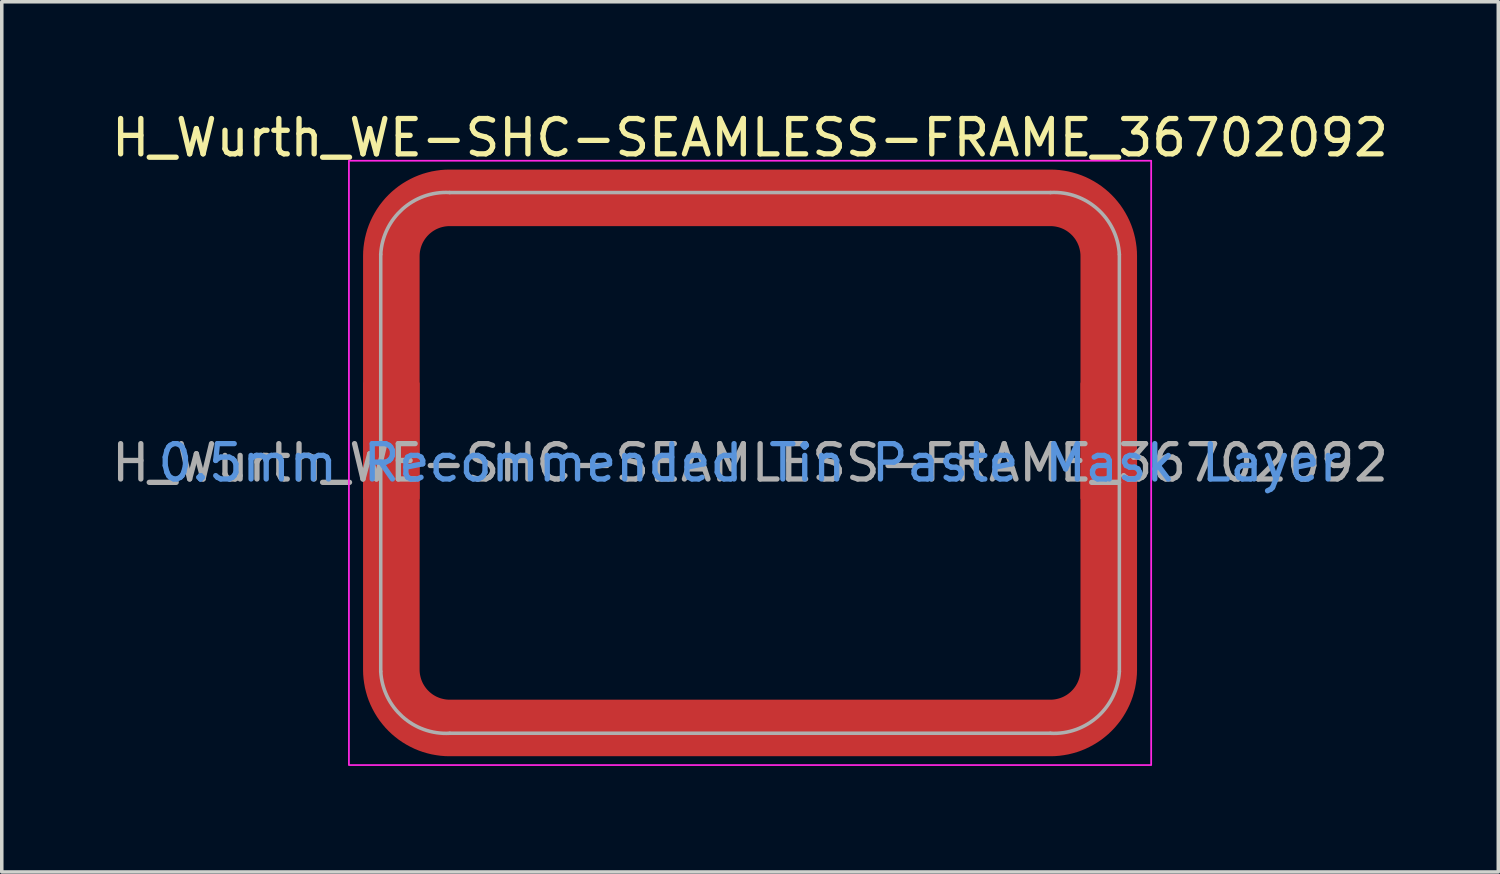
<source format=kicad_pcb>
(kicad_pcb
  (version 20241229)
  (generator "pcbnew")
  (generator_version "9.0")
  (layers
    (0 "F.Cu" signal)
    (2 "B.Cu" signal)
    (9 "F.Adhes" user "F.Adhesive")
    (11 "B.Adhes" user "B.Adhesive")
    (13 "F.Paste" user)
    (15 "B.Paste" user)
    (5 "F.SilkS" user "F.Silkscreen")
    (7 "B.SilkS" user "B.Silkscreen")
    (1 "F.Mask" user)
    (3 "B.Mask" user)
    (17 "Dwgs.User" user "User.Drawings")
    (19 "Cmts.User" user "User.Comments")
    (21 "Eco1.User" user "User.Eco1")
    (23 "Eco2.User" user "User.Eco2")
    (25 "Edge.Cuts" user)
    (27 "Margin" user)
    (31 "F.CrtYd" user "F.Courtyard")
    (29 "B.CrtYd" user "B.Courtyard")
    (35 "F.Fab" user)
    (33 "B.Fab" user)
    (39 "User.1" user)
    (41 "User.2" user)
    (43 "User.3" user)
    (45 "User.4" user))
  (footprint "H_Wurth_WE-SHC-SEAMLESS-FRAME_36702092"
    (layer "F.Cu")
    (at 18.173 10.048)
    (property "Reference" "H_Wurth_WE-SHC-SEAMLESS-FRAME_36702092" (at 0 -9.2 0) (unlocked yes) (layer "F.SilkS") (effects (font (size 1 1) (thickness 0.15))))
    (attr smd)
    (fp_poly (pts (xy -9.4 1) (xy -10.9 1) (xy -10.9 -5.85) (xy -10.897 -5.976) (xy -10.887 -6.101) (xy -10.87 -6.225) (xy -10.848 -6.349) (xy -10.818 -6.471) (xy -10.783 -6.592) (xy -10.741 -6.71) (xy -10.693 -6.826) (xy -10.638 -6.94) (xy -10.578 -7.05) (xy -10.513 -7.157) (xy -10.442 -7.261) (xy -10.365 -7.36) (xy -10.284 -7.456) (xy -10.197 -7.547) (xy -10.106 -7.634) (xy -10.01 -7.715) (xy -9.911 -7.792) (xy -9.807 -7.863) (xy -9.7 -7.928) (xy -9.59 -7.988) (xy -9.476 -8.043) (xy -9.36 -8.091) (xy -9.242 -8.133) (xy -9.121 -8.168) (xy -8.999 -8.198) (xy -8.875 -8.22) (xy -8.751 -8.237) (xy -8.626 -8.247) (xy -8.5 -8.25) (xy 8.5 -8.25) (xy 8.626 -8.247) (xy 8.751 -8.237) (xy 8.875 -8.22) (xy 8.999 -8.198) (xy 9.121 -8.168) (xy 9.242 -8.133) (xy 9.36 -8.091) (xy 9.476 -8.043) (xy 9.59 -7.988) (xy 9.7 -7.928) (xy 9.807 -7.863) (xy 9.911 -7.792) (xy 10.01 -7.715) (xy 10.106 -7.634) (xy 10.197 -7.547) (xy 10.284 -7.456) (xy 10.365 -7.36) (xy 10.442 -7.261) (xy 10.513 -7.157) (xy 10.578 -7.05) (xy 10.638 -6.94) (xy 10.693 -6.826) (xy 10.741 -6.71) (xy 10.783 -6.592) (xy 10.818 -6.471) (xy 10.848 -6.349) (xy 10.87 -6.225) (xy 10.887 -6.101) (xy 10.897 -5.976) (xy 10.9 -5.85) (xy 10.9 1) (xy 9.4 1) (xy 9.4 -5.85) (xy 9.399 -5.897) (xy 9.395 -5.944) (xy 9.389 -5.991) (xy 9.38 -6.037) (xy 9.369 -6.083) (xy 9.356 -6.128) (xy 9.34 -6.173) (xy 9.322 -6.216) (xy 9.302 -6.259) (xy 9.279 -6.3) (xy 9.255 -6.34) (xy 9.228 -6.379) (xy 9.199 -6.416) (xy 9.169 -6.452) (xy 9.136 -6.486) (xy 9.102 -6.519) (xy 9.066 -6.549) (xy 9.029 -6.578) (xy 8.99 -6.605) (xy 8.95 -6.629) (xy 8.909 -6.652) (xy 8.866 -6.672) (xy 8.823 -6.69) (xy 8.778 -6.706) (xy 8.733 -6.719) (xy 8.687 -6.73) (xy 8.641 -6.739) (xy 8.594 -6.745) (xy 8.547 -6.749) (xy 8.5 -6.75) (xy -8.5 -6.75) (xy -8.547 -6.749) (xy -8.594 -6.745) (xy -8.641 -6.739) (xy -8.687 -6.73) (xy -8.733 -6.719) (xy -8.778 -6.706) (xy -8.823 -6.69) (xy -8.866 -6.672) (xy -8.909 -6.652) (xy -8.95 -6.629) (xy -8.99 -6.605) (xy -9.029 -6.578) (xy -9.066 -6.549) (xy -9.102 -6.519) (xy -9.136 -6.486) (xy -9.169 -6.452) (xy -9.199 -6.416) (xy -9.228 -6.379) (xy -9.255 -6.34) (xy -9.279 -6.3) (xy -9.302 -6.259) (xy -9.322 -6.216) (xy -9.34 -6.173) (xy -9.356 -6.128) (xy -9.369 -6.083) (xy -9.38 -6.037) (xy -9.389 -5.991) (xy -9.395 -5.944) (xy -9.399 -5.897) (xy -9.4 -5.85) (xy -9.4 1)) (stroke (width 0.1) (type solid)) (fill yes) (layer "F.Cu"))
    (fp_poly (pts (xy -9.4 1) (xy -10.9 1) (xy -10.9 -5.85) (xy -10.897 -5.976) (xy -10.887 -6.101) (xy -10.87 -6.225) (xy -10.848 -6.349) (xy -10.818 -6.471) (xy -10.783 -6.592) (xy -10.741 -6.71) (xy -10.693 -6.826) (xy -10.638 -6.94) (xy -10.578 -7.05) (xy -10.513 -7.157) (xy -10.442 -7.261) (xy -10.365 -7.36) (xy -10.284 -7.456) (xy -10.197 -7.547) (xy -10.106 -7.634) (xy -10.01 -7.715) (xy -9.911 -7.792) (xy -9.807 -7.863) (xy -9.7 -7.928) (xy -9.59 -7.988) (xy -9.476 -8.043) (xy -9.36 -8.091) (xy -9.242 -8.133) (xy -9.121 -8.168) (xy -8.999 -8.198) (xy -8.875 -8.22) (xy -8.751 -8.237) (xy -8.626 -8.247) (xy -8.5 -8.25) (xy 8.5 -8.25) (xy 8.626 -8.247) (xy 8.751 -8.237) (xy 8.875 -8.22) (xy 8.999 -8.198) (xy 9.121 -8.168) (xy 9.242 -8.133) (xy 9.36 -8.091) (xy 9.476 -8.043) (xy 9.59 -7.988) (xy 9.7 -7.928) (xy 9.807 -7.863) (xy 9.911 -7.792) (xy 10.01 -7.715) (xy 10.106 -7.634) (xy 10.197 -7.547) (xy 10.284 -7.456) (xy 10.365 -7.36) (xy 10.442 -7.261) (xy 10.513 -7.157) (xy 10.578 -7.05) (xy 10.638 -6.94) (xy 10.693 -6.826) (xy 10.741 -6.71) (xy 10.783 -6.592) (xy 10.818 -6.471) (xy 10.848 -6.349) (xy 10.87 -6.225) (xy 10.887 -6.101) (xy 10.897 -5.976) (xy 10.9 -5.85) (xy 10.9 1) (xy 9.4 1) (xy 9.4 -5.85) (xy 9.399 -5.897) (xy 9.395 -5.944) (xy 9.389 -5.991) (xy 9.38 -6.037) (xy 9.369 -6.083) (xy 9.356 -6.128) (xy 9.34 -6.173) (xy 9.322 -6.216) (xy 9.302 -6.259) (xy 9.279 -6.3) (xy 9.255 -6.34) (xy 9.228 -6.379) (xy 9.199 -6.416) (xy 9.169 -6.452) (xy 9.136 -6.486) (xy 9.102 -6.519) (xy 9.066 -6.549) (xy 9.029 -6.578) (xy 8.99 -6.605) (xy 8.95 -6.629) (xy 8.909 -6.652) (xy 8.866 -6.672) (xy 8.823 -6.69) (xy 8.778 -6.706) (xy 8.733 -6.719) (xy 8.687 -6.73) (xy 8.641 -6.739) (xy 8.594 -6.745) (xy 8.547 -6.749) (xy 8.5 -6.75) (xy -8.5 -6.75) (xy -8.547 -6.749) (xy -8.594 -6.745) (xy -8.641 -6.739) (xy -8.687 -6.73) (xy -8.733 -6.719) (xy -8.778 -6.706) (xy -8.823 -6.69) (xy -8.866 -6.672) (xy -8.909 -6.652) (xy -8.95 -6.629) (xy -8.99 -6.605) (xy -9.029 -6.578) (xy -9.066 -6.549) (xy -9.102 -6.519) (xy -9.136 -6.486) (xy -9.169 -6.452) (xy -9.199 -6.416) (xy -9.228 -6.379) (xy -9.255 -6.34) (xy -9.279 -6.3) (xy -9.302 -6.259) (xy -9.322 -6.216) (xy -9.34 -6.173) (xy -9.356 -6.128) (xy -9.369 -6.083) (xy -9.38 -6.037) (xy -9.389 -5.991) (xy -9.395 -5.944) (xy -9.399 -5.897) (xy -9.4 -5.85) (xy -9.4 1)) (stroke (width 0.1) (type solid)) (fill yes) (layer "F.Mask"))
    (fp_poly (pts (xy -9.4 1) (xy -10.9 1) (xy -10.9 -5.85) (xy -10.897 -5.976) (xy -10.887 -6.101) (xy -10.87 -6.225) (xy -10.848 -6.349) (xy -10.818 -6.471) (xy -10.783 -6.592) (xy -10.741 -6.71) (xy -10.693 -6.826) (xy -10.638 -6.94) (xy -10.578 -7.05) (xy -10.513 -7.157) (xy -10.442 -7.261) (xy -10.365 -7.36) (xy -10.284 -7.456) (xy -10.197 -7.547) (xy -10.106 -7.634) (xy -10.01 -7.715) (xy -9.911 -7.792) (xy -9.807 -7.863) (xy -9.7 -7.928) (xy -9.59 -7.988) (xy -9.476 -8.043) (xy -9.36 -8.091) (xy -9.242 -8.133) (xy -9.121 -8.168) (xy -8.999 -8.198) (xy -8.875 -8.22) (xy -8.751 -8.237) (xy -8.626 -8.247) (xy -8.5 -8.25) (xy 8.5 -8.25) (xy 8.626 -8.247) (xy 8.751 -8.237) (xy 8.875 -8.22) (xy 8.999 -8.198) (xy 9.121 -8.168) (xy 9.242 -8.133) (xy 9.36 -8.091) (xy 9.476 -8.043) (xy 9.59 -7.988) (xy 9.7 -7.928) (xy 9.807 -7.863) (xy 9.911 -7.792) (xy 10.01 -7.715) (xy 10.106 -7.634) (xy 10.197 -7.547) (xy 10.284 -7.456) (xy 10.365 -7.36) (xy 10.442 -7.261) (xy 10.513 -7.157) (xy 10.578 -7.05) (xy 10.638 -6.94) (xy 10.693 -6.826) (xy 10.741 -6.71) (xy 10.783 -6.592) (xy 10.818 -6.471) (xy 10.848 -6.349) (xy 10.87 -6.225) (xy 10.887 -6.101) (xy 10.897 -5.976) (xy 10.9 -5.85) (xy 10.9 1) (xy 9.4 1) (xy 9.4 -5.85) (xy 9.399 -5.897) (xy 9.395 -5.944) (xy 9.389 -5.991) (xy 9.38 -6.037) (xy 9.369 -6.083) (xy 9.356 -6.128) (xy 9.34 -6.173) (xy 9.322 -6.216) (xy 9.302 -6.259) (xy 9.279 -6.3) (xy 9.255 -6.34) (xy 9.228 -6.379) (xy 9.199 -6.416) (xy 9.169 -6.452) (xy 9.136 -6.486) (xy 9.102 -6.519) (xy 9.066 -6.549) (xy 9.029 -6.578) (xy 8.99 -6.605) (xy 8.95 -6.629) (xy 8.909 -6.652) (xy 8.866 -6.672) (xy 8.823 -6.69) (xy 8.778 -6.706) (xy 8.733 -6.719) (xy 8.687 -6.73) (xy 8.641 -6.739) (xy 8.594 -6.745) (xy 8.547 -6.749) (xy 8.5 -6.75) (xy -8.5 -6.75) (xy -8.547 -6.749) (xy -8.594 -6.745) (xy -8.641 -6.739) (xy -8.687 -6.73) (xy -8.733 -6.719) (xy -8.778 -6.706) (xy -8.823 -6.69) (xy -8.866 -6.672) (xy -8.909 -6.652) (xy -8.95 -6.629) (xy -8.99 -6.605) (xy -9.029 -6.578) (xy -9.066 -6.549) (xy -9.102 -6.519) (xy -9.136 -6.486) (xy -9.169 -6.452) (xy -9.199 -6.416) (xy -9.228 -6.379) (xy -9.255 -6.34) (xy -9.279 -6.3) (xy -9.302 -6.259) (xy -9.322 -6.216) (xy -9.34 -6.173) (xy -9.356 -6.128) (xy -9.369 -6.083) (xy -9.38 -6.037) (xy -9.389 -5.991) (xy -9.395 -5.944) (xy -9.399 -5.897) (xy -9.4 -5.85) (xy -9.4 1)) (stroke (width 0.1) (type solid)) (fill yes) (layer "F.Paste"))
    (fp_rect (start -11.35 -8.55) (end 11.35 8.55) (stroke (width 0.05) (type solid)) (fill no) (layer "F.CrtYd"))
    (fp_line (start -10.45 5.9) (end -10.45 -5.9) (stroke (width 0.1) (type solid)) (layer "F.Fab"))
    (fp_line (start -8.5 -7.65) (end 8.5 -7.65) (stroke (width 0.1) (type solid)) (layer "F.Fab"))
    (fp_line (start -8.5 7.65) (end 8.5 7.65) (stroke (width 0.1) (type solid)) (layer "F.Fab"))
    (fp_line (start 10.45 5.9) (end 10.45 -5.9) (stroke (width 0.1) (type solid)) (layer "F.Fab"))
    (fp_arc (start -10.45 -5.9) (mid -9.837437 -7.178858) (end -8.5 -7.65) (stroke (width 0.1) (type solid)) (layer "F.Fab"))
    (fp_arc (start -8.5 7.65) (mid -9.837437 7.178859) (end -10.45 5.9) (stroke (width 0.1) (type solid)) (layer "F.Fab"))
    (fp_arc (start 8.5 -7.65) (mid 9.837437 -7.178859) (end 10.45 -5.9) (stroke (width 0.1) (type solid)) (layer "F.Fab"))
    (fp_arc (start 10.45 5.9) (mid 9.837437 7.178858) (end 8.5 7.65) (stroke (width 0.1) (type solid)) (layer "F.Fab"))
    (fp_text user "0.5mm Recommended Tin Paste Mask Layer" (at 0 0 0) (unlocked yes) (layer "Cmts.User") (effects (font (size 1 1) (thickness 0.15))))
    (fp_text user "${REFERENCE}" (at 0 0 0) (unlocked yes) (layer "F.Fab") (effects (font (size 1 1) (thickness 0.15))))
    (pad "1" smd custom (at 10.15 -1.25) (size 1.5 0.1) (layers "F.Cu" "F.Mask" "F.Paste") (options (anchor rect)) (primitives (gr_poly (pts (xy -0.75 -1) (xy 0.75 -1) (xy 0.75 7.1) (xy 0.747 7.226) (xy 0.737 7.351) (xy 0.72 7.475) (xy 0.698 7.599) (xy 0.668 7.721) (xy 0.633 7.842) (xy 0.591 7.96) (xy 0.543 8.076) (xy 0.488 8.19) (xy 0.428 8.3) (xy 0.363 8.407) (xy 0.292 8.511) (xy 0.215 8.61) (xy 0.134 8.706) (xy 0.047 8.797) (xy -0.044 8.884) (xy -0.14 8.965) (xy -0.239 9.042) (xy -0.343 9.113) (xy -0.45 9.178) (xy -0.56 9.238) (xy -0.674 9.293) (xy -0.79 9.341) (xy -0.908 9.383) (xy -1.029 9.418) (xy -1.151 9.448) (xy -1.275 9.47) (xy -1.399 9.487) (xy -1.524 9.497) (xy -1.65 9.5) (xy -18.65 9.5) (xy -18.776 9.497) (xy -18.901 9.487) (xy -19.025 9.47) (xy -19.149 9.448) (xy -19.271 9.418) (xy -19.392 9.383) (xy -19.51 9.341) (xy -19.626 9.293) (xy -19.74 9.238) (xy -19.85 9.178) (xy -19.957 9.113) (xy -20.061 9.042) (xy -20.16 8.965) (xy -20.256 8.884) (xy -20.347 8.797) (xy -20.434 8.706) (xy -20.515 8.61) (xy -20.592 8.511) (xy -20.663 8.407) (xy -20.728 8.3) (xy -20.788 8.19) (xy -20.843 8.076) (xy -20.891 7.96) (xy -20.933 7.842) (xy -20.968 7.721) (xy -20.998 7.599) (xy -21.02 7.475) (xy -21.037 7.351) (xy -21.047 7.226) (xy -21.05 7.1) (xy -21.05 -1) (xy -19.55 -1) (xy -19.55 7.1) (xy -19.549 7.147) (xy -19.545 7.194) (xy -19.539 7.241) (xy -19.53 7.287) (xy -19.519 7.333) (xy -19.506 7.378) (xy -19.49 7.423) (xy -19.472 7.466) (xy -19.452 7.509) (xy -19.429 7.55) (xy -19.405 7.59) (xy -19.378 7.629) (xy -19.349 7.666) (xy -19.319 7.702) (xy -19.286 7.736) (xy -19.252 7.769) (xy -19.216 7.799) (xy -19.179 7.828) (xy -19.14 7.855) (xy -19.1 7.879) (xy -19.059 7.902) (xy -19.016 7.922) (xy -18.973 7.94) (xy -18.928 7.956) (xy -18.883 7.969) (xy -18.837 7.98) (xy -18.791 7.989) (xy -18.744 7.995) (xy -18.697 7.999) (xy -18.65 8) (xy -1.65 8) (xy -1.603 7.999) (xy -1.556 7.995) (xy -1.509 7.989) (xy -1.463 7.98) (xy -1.417 7.969) (xy -1.372 7.956) (xy -1.327 7.94) (xy -1.284 7.922) (xy -1.241 7.902) (xy -1.2 7.879) (xy -1.16 7.855) (xy -1.121 7.828) (xy -1.084 7.799) (xy -1.048 7.769) (xy -1.014 7.736) (xy -0.981 7.702) (xy -0.951 7.666) (xy -0.922 7.629) (xy -0.895 7.59) (xy -0.871 7.55) (xy -0.848 7.509) (xy -0.828 7.466) (xy -0.81 7.423) (xy -0.794 7.378) (xy -0.781 7.333) (xy -0.77 7.287) (xy -0.761 7.241) (xy -0.755 7.194) (xy -0.751 7.147) (xy -0.75 7.1) (xy -0.75 -1)) (width 0.1) (fill yes)))))
  (gr_rect
    (start -3 -3)
    (end 39.345 21.623)
    (stroke (width 0.1) (type default))
    (fill no)
    (layer "Edge.Cuts")))
</source>
